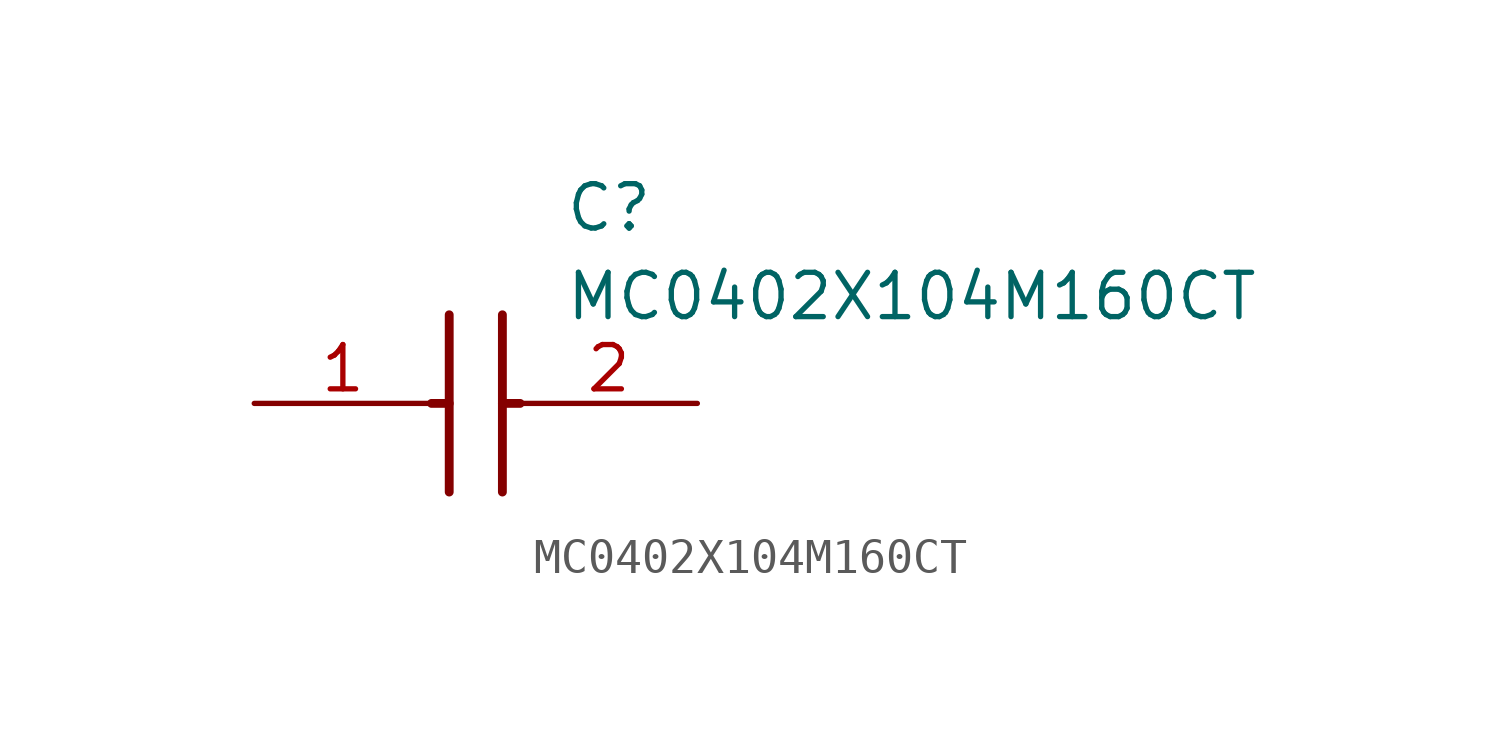
<source format=kicad_sym>
(kicad_symbol_lib
  (version 20211014)
  (generator SamacSys_ECAD_Model)
  (symbol "MC0402X104M160CT"
    (pin_names hide)
    (property "Reference" "C"
      (at 8.89 6.35 0)
      (effects (font (size 1.27 1.27)) (justify left top)))
    (property "Value" "MC0402X104M160CT"
      (at 8.89 3.81 0)
      (effects (font (size 1.27 1.27)) (justify left top)))
    (polyline
      (pts (xy 5.588 2.54) (xy 5.588 -2.54))
      (stroke (width 0.254) (type default))
      (fill (type none)))
    (polyline
      (pts (xy 7.112 2.54) (xy 7.112 -2.54))
      (stroke (width 0.254) (type default))
      (fill (type none)))
    (polyline
      (pts (xy 5.08 0) (xy 5.588 0))
      (stroke (width 0.254) (type default))
      (fill (type none)))
    (polyline
      (pts (xy 7.112 0) (xy 7.62 0))
      (stroke (width 0.254) (type default))
      (fill (type none)))
    (pin passive line
      (at 0 0 0)
      (length 5.08)
      (name "1" (effects (font (size 1.27 1.27))))
      (number "1" (effects (font (size 1.27 1.27)))))
    (pin passive line
      (at 12.7 0 180)
      (length 5.08)
      (name "2" (effects (font (size 1.27 1.27))))
      (number "2" (effects (font (size 1.27 1.27)))))))
</source>
